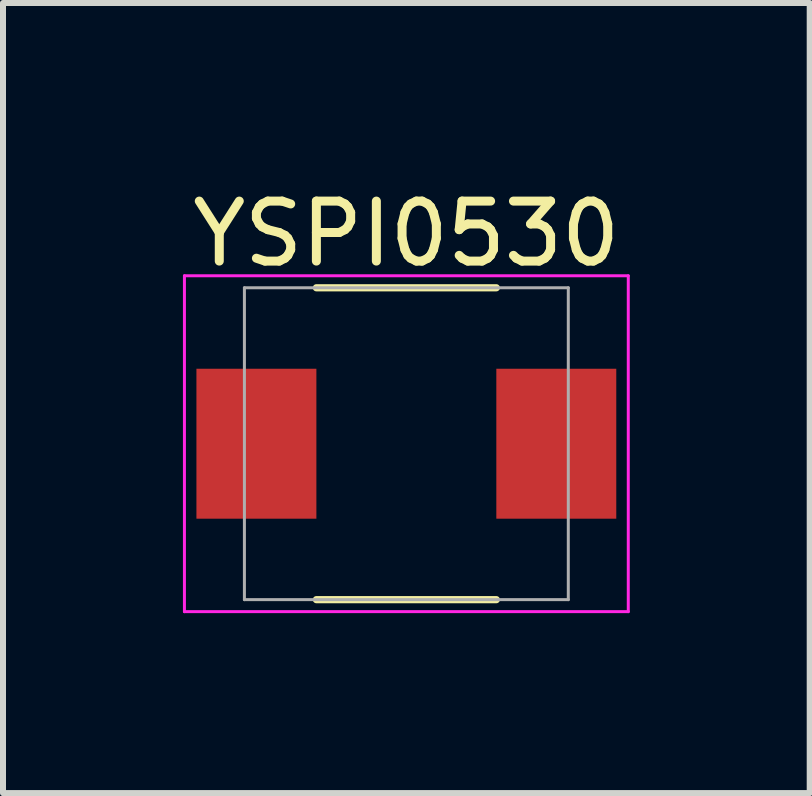
<source format=kicad_pcb>
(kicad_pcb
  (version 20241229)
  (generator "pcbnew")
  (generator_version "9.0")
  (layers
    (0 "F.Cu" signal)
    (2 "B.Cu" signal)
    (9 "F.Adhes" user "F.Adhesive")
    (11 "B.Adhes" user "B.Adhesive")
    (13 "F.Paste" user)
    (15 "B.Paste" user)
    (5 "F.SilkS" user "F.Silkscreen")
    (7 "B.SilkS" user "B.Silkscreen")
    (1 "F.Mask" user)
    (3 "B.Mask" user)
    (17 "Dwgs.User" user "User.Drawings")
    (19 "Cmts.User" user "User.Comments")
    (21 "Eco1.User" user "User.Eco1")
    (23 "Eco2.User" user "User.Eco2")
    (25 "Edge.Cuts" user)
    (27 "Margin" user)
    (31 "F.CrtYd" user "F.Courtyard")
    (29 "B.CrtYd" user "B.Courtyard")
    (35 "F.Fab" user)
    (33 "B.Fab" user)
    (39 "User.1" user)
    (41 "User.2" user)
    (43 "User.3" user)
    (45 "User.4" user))
  (footprint "YSPI0530"
    (layer "F.Cu")
    (at 3.725 4.348)
    (property "Reference" "YSPI0530" (at 0 -3.5 0) (layer "F.SilkS") (effects (font (size 1 1) (thickness 0.15))))
    (attr smd)
    (fp_line (start -1.5 -2.6) (end 1.5 -2.6) (stroke (width 0.12) (type solid)) (layer "F.SilkS"))
    (fp_line (start 1.5 2.6) (end -1.5 2.6) (stroke (width 0.12) (type solid)) (layer "F.SilkS"))
    (fp_line (start -3.7 -2.8) (end 3.7 -2.8) (stroke (width 0.05) (type solid)) (layer "F.CrtYd"))
    (fp_line (start -3.7 2.8) (end -3.7 -2.8) (stroke (width 0.05) (type solid)) (layer "F.CrtYd"))
    (fp_line (start 3.7 -2.8) (end 3.7 2.8) (stroke (width 0.05) (type solid)) (layer "F.CrtYd"))
    (fp_line (start 3.7 2.8) (end -3.7 2.8) (stroke (width 0.05) (type solid)) (layer "F.CrtYd"))
    (fp_line (start -2.7 -2.6) (end -2.7 2.6) (stroke (width 0.05) (type solid)) (layer "F.Fab"))
    (fp_line (start -2.7 2.6) (end 2.7 2.6) (stroke (width 0.05) (type solid)) (layer "F.Fab"))
    (fp_line (start 2.7 -2.6) (end -2.7 -2.6) (stroke (width 0.05) (type solid)) (layer "F.Fab"))
    (fp_line (start 2.7 2.6) (end 2.7 -2.6) (stroke (width 0.05) (type solid)) (layer "F.Fab"))
    (pad "1" smd rect (at -2.5 0 180) (size 2 2.5) (layers "F.Cu" "F.Mask"))
    (pad "2" smd rect (at 2.5 0) (size 2 2.5) (layers "F.Cu" "F.Mask")))
  (gr_rect
    (start -3 -3)
    (end 10.45 10.173)
    (stroke (width 0.1) (type default))
    (fill no)
    (layer "Edge.Cuts")))
</source>
